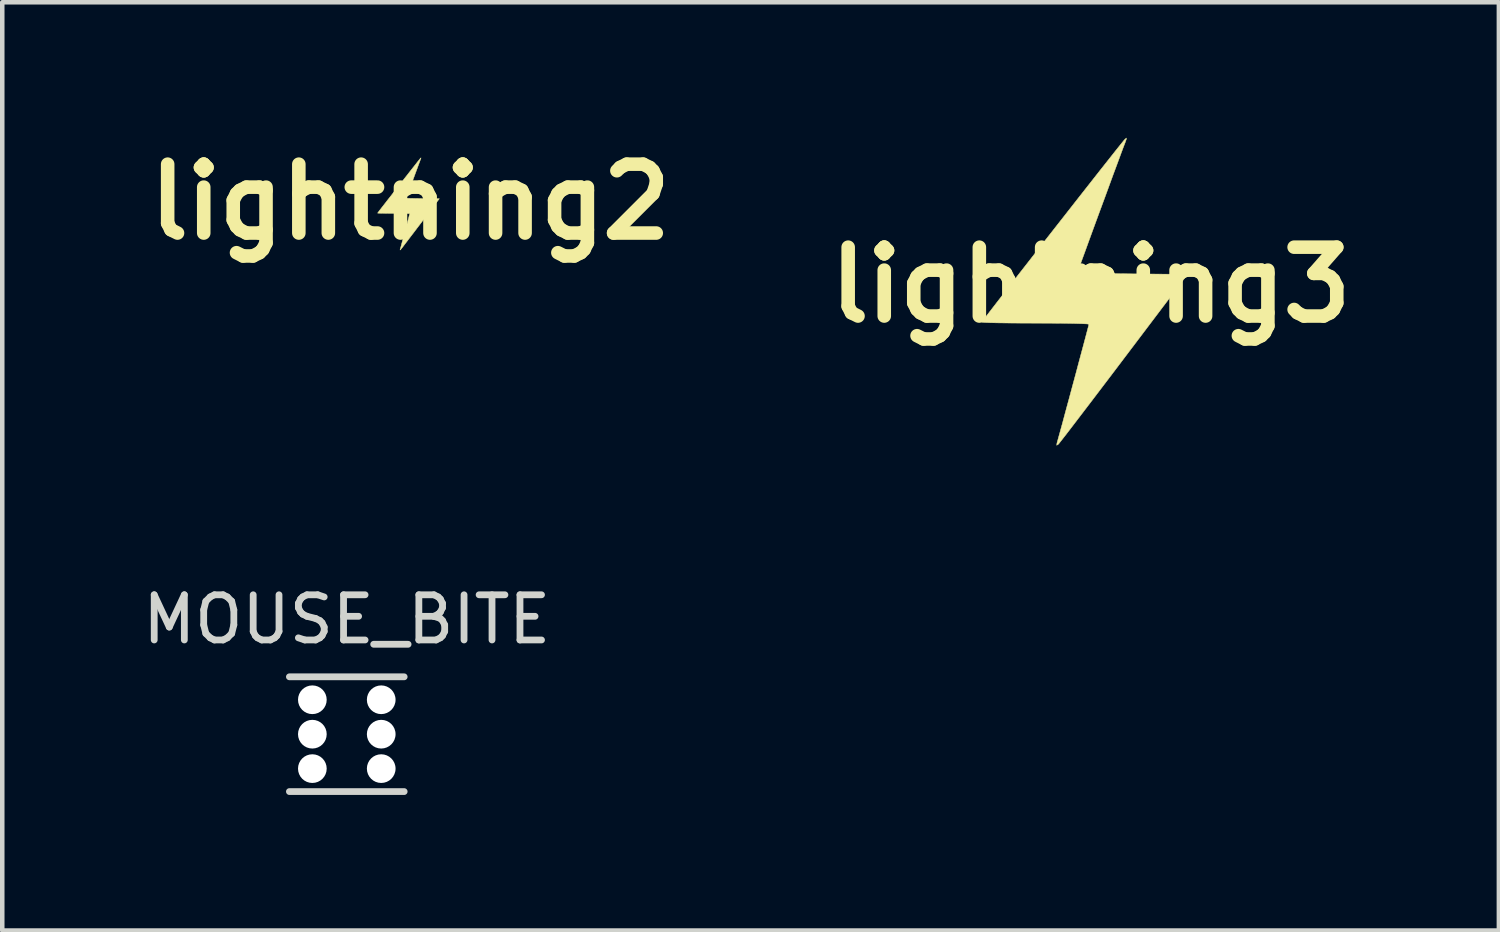
<source format=kicad_pcb>
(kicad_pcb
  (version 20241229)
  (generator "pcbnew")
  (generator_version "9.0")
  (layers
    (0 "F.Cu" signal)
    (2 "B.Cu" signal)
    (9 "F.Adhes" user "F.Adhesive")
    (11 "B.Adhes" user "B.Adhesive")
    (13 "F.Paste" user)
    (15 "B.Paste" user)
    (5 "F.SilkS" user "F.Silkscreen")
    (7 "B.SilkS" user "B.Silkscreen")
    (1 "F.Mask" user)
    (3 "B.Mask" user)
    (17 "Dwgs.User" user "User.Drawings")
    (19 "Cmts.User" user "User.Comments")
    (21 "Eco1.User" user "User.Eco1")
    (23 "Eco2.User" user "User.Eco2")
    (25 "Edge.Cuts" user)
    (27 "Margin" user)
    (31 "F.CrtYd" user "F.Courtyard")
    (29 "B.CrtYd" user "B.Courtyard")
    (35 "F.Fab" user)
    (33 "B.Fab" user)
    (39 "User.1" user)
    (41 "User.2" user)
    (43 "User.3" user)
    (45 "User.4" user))
  (footprint "MOUSE_BITE"
    (layer "F.Cu")
    (at 4.625 13.199)
    (property "Reference" "MOUSE_BITE" (at 0 -2.54 0) (layer "Edge.Cuts") (effects (font (size 1 1) (thickness 0.15))))
    (attr through_hole)
    (fp_line (start -1.27 -1.27) (end 1.27 -1.27) (stroke (width 0.15) (type solid)) (layer "Edge.Cuts"))
    (fp_line (start 1.27 1.27) (end -1.27 1.27) (stroke (width 0.15) (type solid)) (layer "Edge.Cuts"))
    (pad "" np_thru_hole circle (at -0.762 -0.762) (size 0.635 0.635) (drill 0.635) (layers "*.Cu"))
    (pad "" np_thru_hole circle (at -0.762 0) (size 0.635 0.635) (drill 0.635) (layers "*.Cu"))
    (pad "" np_thru_hole circle (at -0.762 0.762) (size 0.635 0.635) (drill 0.635) (layers "*.Cu"))
    (pad "" np_thru_hole circle (at 0.762 -0.762) (size 0.635 0.635) (drill 0.635) (layers "*.Cu"))
    (pad "" np_thru_hole circle (at 0.762 0) (size 0.635 0.635) (drill 0.635) (layers "*.Cu"))
    (pad "" np_thru_hole circle (at 0.762 0.762) (size 0.635 0.635) (drill 0.635) (layers "*.Cu")))
  (footprint "lightning3"
    (layer "F.Cu")
    (at 21.092 3.255)
    (property "Reference" "lightning3" (at 0 0 0) (layer "F.SilkS") (effects (font (size 1.524 1.524) (thickness 0.3))))
    (attr through_hole)
    (fp_poly (pts (xy 0.786 -3.224) (xy 0.761 -3.154) (xy 0.719 -3.045) (xy 0.657 -2.878) (xy 0.578 -2.664) (xy 0.485 -2.414) (xy 0.384 -2.137) (xy 0.277 -1.846) (xy 0.168 -1.551) (xy 0.062 -1.262) (xy -0.037 -0.991) (xy -0.125 -0.748) (xy -0.2 -0.544) (xy -0.255 -0.39) (xy -0.288 -0.297) (xy -0.296 -0.273) (xy -0.256 -0.268) (xy -0.141 -0.263) (xy 0.037 -0.258) (xy 0.268 -0.253) (xy 0.542 -0.248) (xy 0.847 -0.245) (xy 0.921 -0.244) (xy 2.139 -0.233) (xy 0.736 1.623) (xy 0.472 1.972) (xy 0.222 2.301) (xy -0.009 2.605) (xy -0.216 2.876) (xy -0.393 3.108) (xy -0.537 3.296) (xy -0.643 3.432) (xy -0.705 3.511) (xy -0.72 3.528) (xy -0.755 3.55) (xy -0.75 3.503) (xy -0.747 3.493) (xy -0.721 3.399) (xy -0.678 3.244) (xy -0.622 3.04) (xy -0.557 2.797) (xy -0.484 2.529) (xy -0.408 2.246) (xy -0.331 1.961) (xy -0.258 1.686) (xy -0.19 1.433) (xy -0.131 1.212) (xy -0.085 1.038) (xy -0.054 0.92) (xy -0.042 0.871) (xy -0.042 0.871) (xy -0.083 0.864) (xy -0.197 0.859) (xy -0.375 0.854) (xy -0.605 0.85) (xy -0.878 0.848) (xy -1.181 0.847) (xy -1.228 0.847) (xy -1.535 0.846) (xy -1.812 0.844) (xy -2.049 0.841) (xy -2.235 0.837) (xy -2.36 0.832) (xy -2.412 0.826) (xy -2.413 0.826) (xy -2.388 0.79) (xy -2.316 0.695) (xy -2.202 0.547) (xy -2.053 0.354) (xy -1.873 0.122) (xy -1.669 -0.141) (xy -1.445 -0.428) (xy -1.207 -0.733) (xy -0.961 -1.048) (xy -0.712 -1.366) (xy -0.465 -1.681) (xy -0.227 -1.985) (xy -0.002 -2.271) (xy 0.203 -2.532) (xy 0.384 -2.761) (xy 0.535 -2.952) (xy 0.65 -3.096) (xy 0.724 -3.188) (xy 0.749 -3.217) (xy 0.786 -3.25) (xy 0.786 -3.224)) (stroke (width 0.01) (type solid)) (fill yes) (layer "F.SilkS")))
  (footprint "lightning2"
    (layer "F.Cu")
    (at 6.031 1.418)
    (property "Reference" "lightning2" (at 0 0 0) (layer "F.SilkS") (effects (font (size 1.524 1.524) (thickness 0.3))))
    (attr through_hole)
    (fp_poly (pts (xy 0.236 -0.967) (xy 0.228 -0.946) (xy 0.216 -0.914) (xy 0.197 -0.863) (xy 0.173 -0.799) (xy 0.146 -0.724) (xy 0.115 -0.641) (xy 0.083 -0.554) (xy 0.05 -0.465) (xy 0.019 -0.379) (xy -0.011 -0.297) (xy -0.038 -0.224) (xy -0.06 -0.163) (xy -0.077 -0.117) (xy -0.087 -0.089) (xy -0.089 -0.082) (xy -0.077 -0.08) (xy -0.042 -0.079) (xy 0.011 -0.077) (xy 0.08 -0.076) (xy 0.163 -0.075) (xy 0.254 -0.073) (xy 0.276 -0.073) (xy 0.642 -0.07) (xy 0.221 0.487) (xy 0.141 0.592) (xy 0.067 0.69) (xy -0.003 0.781) (xy -0.065 0.863) (xy -0.118 0.932) (xy -0.161 0.989) (xy -0.193 1.03) (xy -0.212 1.053) (xy -0.216 1.058) (xy -0.226 1.065) (xy -0.225 1.051) (xy -0.224 1.048) (xy -0.216 1.02) (xy -0.203 0.973) (xy -0.187 0.912) (xy -0.167 0.839) (xy -0.145 0.759) (xy -0.122 0.674) (xy -0.099 0.588) (xy -0.077 0.506) (xy -0.057 0.43) (xy -0.039 0.364) (xy -0.026 0.311) (xy -0.016 0.276) (xy -0.013 0.261) (xy -0.013 0.261) (xy -0.025 0.259) (xy -0.059 0.258) (xy -0.113 0.256) (xy -0.182 0.255) (xy -0.263 0.254) (xy -0.354 0.254) (xy -0.368 0.254) (xy -0.46 0.254) (xy -0.544 0.253) (xy -0.615 0.252) (xy -0.671 0.251) (xy -0.708 0.25) (xy -0.724 0.248) (xy -0.724 0.248) (xy -0.716 0.237) (xy -0.695 0.208) (xy -0.661 0.164) (xy -0.616 0.106) (xy -0.562 0.037) (xy -0.501 -0.042) (xy -0.433 -0.128) (xy -0.362 -0.22) (xy -0.288 -0.314) (xy -0.214 -0.41) (xy -0.14 -0.504) (xy -0.068 -0.595) (xy -0.001 -0.681) (xy 0.061 -0.76) (xy 0.115 -0.828) (xy 0.16 -0.886) (xy 0.195 -0.929) (xy 0.217 -0.956) (xy 0.225 -0.965) (xy 0.236 -0.975) (xy 0.236 -0.967)) (stroke (width 0.01) (type solid)) (fill yes) (layer "F.SilkS")))
  (gr_rect
    (start -3 -3)
    (end 30.123 17.544)
    (stroke (width 0.1) (type default))
    (fill no)
    (layer "Edge.Cuts")))
</source>
